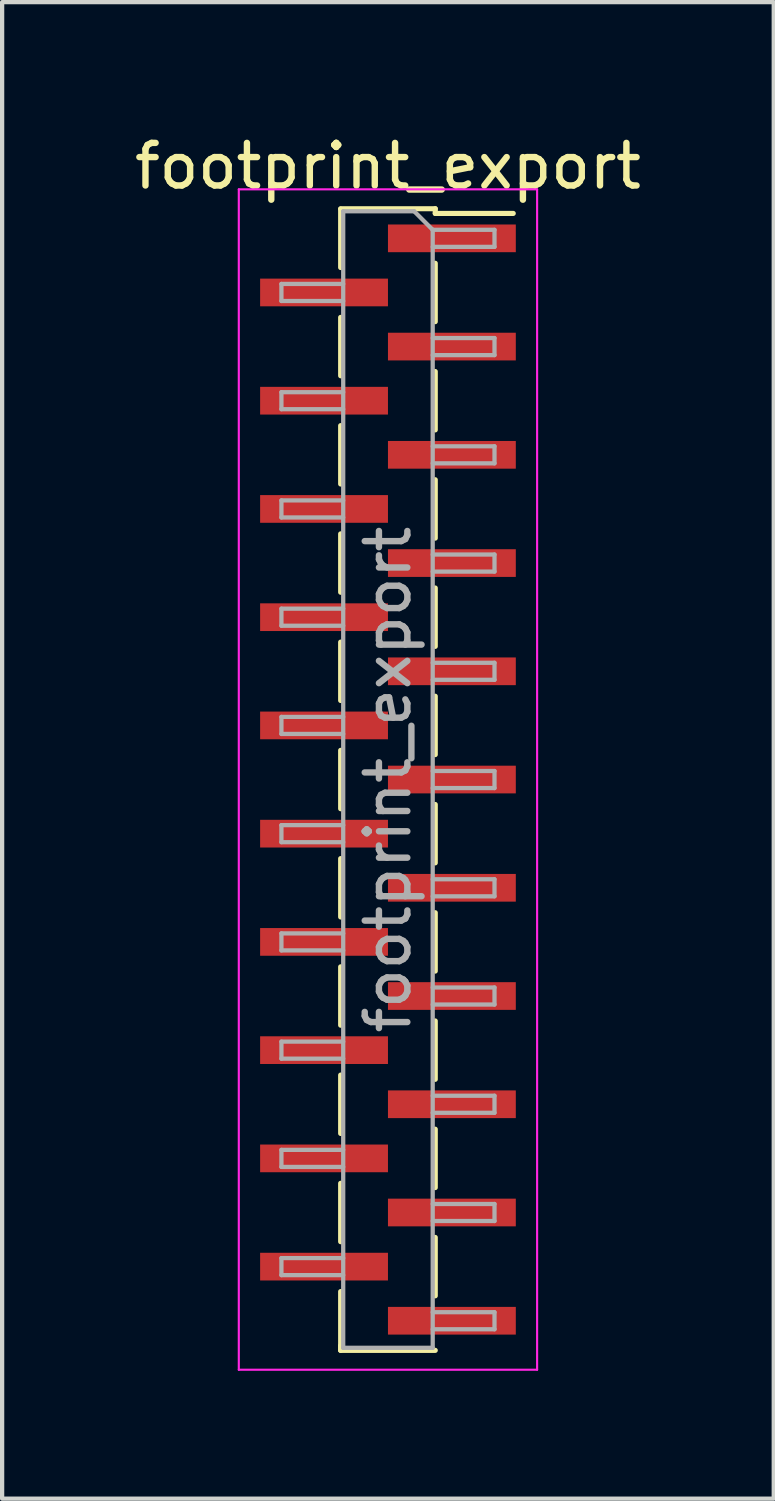
<source format=kicad_pcb>
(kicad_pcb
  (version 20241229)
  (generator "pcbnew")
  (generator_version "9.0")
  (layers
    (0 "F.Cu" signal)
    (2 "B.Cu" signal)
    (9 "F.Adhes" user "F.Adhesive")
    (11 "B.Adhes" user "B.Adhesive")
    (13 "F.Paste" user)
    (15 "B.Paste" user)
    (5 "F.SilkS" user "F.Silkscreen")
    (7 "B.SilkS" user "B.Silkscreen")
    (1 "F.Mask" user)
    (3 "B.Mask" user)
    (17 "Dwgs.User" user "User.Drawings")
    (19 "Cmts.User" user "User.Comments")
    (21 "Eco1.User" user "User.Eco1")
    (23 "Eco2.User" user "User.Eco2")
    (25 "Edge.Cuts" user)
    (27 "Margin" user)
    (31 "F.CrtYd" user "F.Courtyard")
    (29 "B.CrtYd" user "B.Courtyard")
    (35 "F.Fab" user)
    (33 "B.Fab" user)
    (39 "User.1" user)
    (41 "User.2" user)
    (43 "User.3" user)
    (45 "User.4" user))
  (footprint "footprint_export"
    (layer "F.Cu")
    (at 6.054 15.243)
    (property "Reference" "footprint_export" (at 0 -14.395 0) (layer "F.SilkS") (effects (font (size 1 1) (thickness 0.15))))
    (attr smd)
    (fp_line (start -1.11 -13.395) (end 1.11 -13.395) (stroke (width 0.12) (type solid)) (layer "F.SilkS"))
    (fp_line (start -1.11 -13.385) (end -1.11 -12.015) (stroke (width 0.12) (type solid)) (layer "F.SilkS"))
    (fp_line (start -1.11 -10.845) (end -1.11 -9.475) (stroke (width 0.12) (type solid)) (layer "F.SilkS"))
    (fp_line (start -1.11 -8.305) (end -1.11 -6.935) (stroke (width 0.12) (type solid)) (layer "F.SilkS"))
    (fp_line (start -1.11 -5.765) (end -1.11 -4.395) (stroke (width 0.12) (type solid)) (layer "F.SilkS"))
    (fp_line (start -1.11 -3.225) (end -1.11 -1.855) (stroke (width 0.12) (type solid)) (layer "F.SilkS"))
    (fp_line (start -1.11 -0.685) (end -1.11 0.685) (stroke (width 0.12) (type solid)) (layer "F.SilkS"))
    (fp_line (start -1.11 1.855) (end -1.11 3.225) (stroke (width 0.12) (type solid)) (layer "F.SilkS"))
    (fp_line (start -1.11 4.395) (end -1.11 5.765) (stroke (width 0.12) (type solid)) (layer "F.SilkS"))
    (fp_line (start -1.11 6.935) (end -1.11 8.305) (stroke (width 0.12) (type solid)) (layer "F.SilkS"))
    (fp_line (start -1.11 9.475) (end -1.11 10.845) (stroke (width 0.12) (type solid)) (layer "F.SilkS"))
    (fp_line (start -1.11 12.015) (end -1.11 13.385) (stroke (width 0.12) (type solid)) (layer "F.SilkS"))
    (fp_line (start -1.11 13.285) (end -1.11 13.395) (stroke (width 0.12) (type solid)) (layer "F.SilkS"))
    (fp_line (start -1.11 13.395) (end 1.11 13.395) (stroke (width 0.12) (type solid)) (layer "F.SilkS"))
    (fp_line (start 1.11 -13.395) (end 1.11 -13.285) (stroke (width 0.12) (type solid)) (layer "F.SilkS"))
    (fp_line (start 1.11 -13.285) (end 2.94 -13.285) (stroke (width 0.12) (type solid)) (layer "F.SilkS"))
    (fp_line (start 1.11 -12.115) (end 1.11 -10.745) (stroke (width 0.12) (type solid)) (layer "F.SilkS"))
    (fp_line (start 1.11 -9.575) (end 1.11 -8.205) (stroke (width 0.12) (type solid)) (layer "F.SilkS"))
    (fp_line (start 1.11 -7.035) (end 1.11 -5.665) (stroke (width 0.12) (type solid)) (layer "F.SilkS"))
    (fp_line (start 1.11 -4.495) (end 1.11 -3.125) (stroke (width 0.12) (type solid)) (layer "F.SilkS"))
    (fp_line (start 1.11 -1.955) (end 1.11 -0.585) (stroke (width 0.12) (type solid)) (layer "F.SilkS"))
    (fp_line (start 1.11 0.585) (end 1.11 1.955) (stroke (width 0.12) (type solid)) (layer "F.SilkS"))
    (fp_line (start 1.11 3.125) (end 1.11 4.495) (stroke (width 0.12) (type solid)) (layer "F.SilkS"))
    (fp_line (start 1.11 5.665) (end 1.11 7.035) (stroke (width 0.12) (type solid)) (layer "F.SilkS"))
    (fp_line (start 1.11 8.205) (end 1.11 9.575) (stroke (width 0.12) (type solid)) (layer "F.SilkS"))
    (fp_line (start 1.11 10.745) (end 1.11 12.115) (stroke (width 0.12) (type solid)) (layer "F.SilkS"))
    (fp_line (start -3.5 -13.85) (end -3.5 13.85) (stroke (width 0.05) (type solid)) (layer "F.CrtYd"))
    (fp_line (start -3.5 13.85) (end 3.5 13.85) (stroke (width 0.05) (type solid)) (layer "F.CrtYd"))
    (fp_line (start 3.5 -13.85) (end -3.5 -13.85) (stroke (width 0.05) (type solid)) (layer "F.CrtYd"))
    (fp_line (start 3.5 13.85) (end 3.5 -13.85) (stroke (width 0.05) (type solid)) (layer "F.CrtYd"))
    (fp_line (start -2.5 -11.63) (end -2.5 -11.23) (stroke (width 0.1) (type solid)) (layer "F.Fab"))
    (fp_line (start -2.5 -11.23) (end -1.05 -11.23) (stroke (width 0.1) (type solid)) (layer "F.Fab"))
    (fp_line (start -2.5 -9.09) (end -2.5 -8.69) (stroke (width 0.1) (type solid)) (layer "F.Fab"))
    (fp_line (start -2.5 -8.69) (end -1.05 -8.69) (stroke (width 0.1) (type solid)) (layer "F.Fab"))
    (fp_line (start -2.5 -6.55) (end -2.5 -6.15) (stroke (width 0.1) (type solid)) (layer "F.Fab"))
    (fp_line (start -2.5 -6.15) (end -1.05 -6.15) (stroke (width 0.1) (type solid)) (layer "F.Fab"))
    (fp_line (start -2.5 -4.01) (end -2.5 -3.61) (stroke (width 0.1) (type solid)) (layer "F.Fab"))
    (fp_line (start -2.5 -3.61) (end -1.05 -3.61) (stroke (width 0.1) (type solid)) (layer "F.Fab"))
    (fp_line (start -2.5 -1.47) (end -2.5 -1.07) (stroke (width 0.1) (type solid)) (layer "F.Fab"))
    (fp_line (start -2.5 -1.07) (end -1.05 -1.07) (stroke (width 0.1) (type solid)) (layer "F.Fab"))
    (fp_line (start -2.5 1.07) (end -2.5 1.47) (stroke (width 0.1) (type solid)) (layer "F.Fab"))
    (fp_line (start -2.5 1.47) (end -1.05 1.47) (stroke (width 0.1) (type solid)) (layer "F.Fab"))
    (fp_line (start -2.5 3.61) (end -2.5 4.01) (stroke (width 0.1) (type solid)) (layer "F.Fab"))
    (fp_line (start -2.5 4.01) (end -1.05 4.01) (stroke (width 0.1) (type solid)) (layer "F.Fab"))
    (fp_line (start -2.5 6.15) (end -2.5 6.55) (stroke (width 0.1) (type solid)) (layer "F.Fab"))
    (fp_line (start -2.5 6.55) (end -1.05 6.55) (stroke (width 0.1) (type solid)) (layer "F.Fab"))
    (fp_line (start -2.5 8.69) (end -2.5 9.09) (stroke (width 0.1) (type solid)) (layer "F.Fab"))
    (fp_line (start -2.5 9.09) (end -1.05 9.09) (stroke (width 0.1) (type solid)) (layer "F.Fab"))
    (fp_line (start -2.5 11.23) (end -2.5 11.63) (stroke (width 0.1) (type solid)) (layer "F.Fab"))
    (fp_line (start -2.5 11.63) (end -1.05 11.63) (stroke (width 0.1) (type solid)) (layer "F.Fab"))
    (fp_line (start -1.05 -13.335) (end -1.05 13.335) (stroke (width 0.1) (type solid)) (layer "F.Fab"))
    (fp_line (start -1.05 -13.335) (end 0.615 -13.335) (stroke (width 0.1) (type solid)) (layer "F.Fab"))
    (fp_line (start -1.05 -11.63) (end -2.5 -11.63) (stroke (width 0.1) (type solid)) (layer "F.Fab"))
    (fp_line (start -1.05 -9.09) (end -2.5 -9.09) (stroke (width 0.1) (type solid)) (layer "F.Fab"))
    (fp_line (start -1.05 -6.55) (end -2.5 -6.55) (stroke (width 0.1) (type solid)) (layer "F.Fab"))
    (fp_line (start -1.05 -4.01) (end -2.5 -4.01) (stroke (width 0.1) (type solid)) (layer "F.Fab"))
    (fp_line (start -1.05 -1.47) (end -2.5 -1.47) (stroke (width 0.1) (type solid)) (layer "F.Fab"))
    (fp_line (start -1.05 1.07) (end -2.5 1.07) (stroke (width 0.1) (type solid)) (layer "F.Fab"))
    (fp_line (start -1.05 3.61) (end -2.5 3.61) (stroke (width 0.1) (type solid)) (layer "F.Fab"))
    (fp_line (start -1.05 6.15) (end -2.5 6.15) (stroke (width 0.1) (type solid)) (layer "F.Fab"))
    (fp_line (start -1.05 8.69) (end -2.5 8.69) (stroke (width 0.1) (type solid)) (layer "F.Fab"))
    (fp_line (start -1.05 11.23) (end -2.5 11.23) (stroke (width 0.1) (type solid)) (layer "F.Fab"))
    (fp_line (start 1.05 -12.9) (end 0.615 -13.335) (stroke (width 0.1) (type solid)) (layer "F.Fab"))
    (fp_line (start 1.05 -12.9) (end 2.5 -12.9) (stroke (width 0.1) (type solid)) (layer "F.Fab"))
    (fp_line (start 1.05 -10.36) (end 2.5 -10.36) (stroke (width 0.1) (type solid)) (layer "F.Fab"))
    (fp_line (start 1.05 -7.82) (end 2.5 -7.82) (stroke (width 0.1) (type solid)) (layer "F.Fab"))
    (fp_line (start 1.05 -5.28) (end 2.5 -5.28) (stroke (width 0.1) (type solid)) (layer "F.Fab"))
    (fp_line (start 1.05 -2.74) (end 2.5 -2.74) (stroke (width 0.1) (type solid)) (layer "F.Fab"))
    (fp_line (start 1.05 -0.2) (end 2.5 -0.2) (stroke (width 0.1) (type solid)) (layer "F.Fab"))
    (fp_line (start 1.05 2.34) (end 2.5 2.34) (stroke (width 0.1) (type solid)) (layer "F.Fab"))
    (fp_line (start 1.05 4.88) (end 2.5 4.88) (stroke (width 0.1) (type solid)) (layer "F.Fab"))
    (fp_line (start 1.05 7.42) (end 2.5 7.42) (stroke (width 0.1) (type solid)) (layer "F.Fab"))
    (fp_line (start 1.05 9.96) (end 2.5 9.96) (stroke (width 0.1) (type solid)) (layer "F.Fab"))
    (fp_line (start 1.05 12.5) (end 2.5 12.5) (stroke (width 0.1) (type solid)) (layer "F.Fab"))
    (fp_line (start 1.05 13.335) (end -1.05 13.335) (stroke (width 0.1) (type solid)) (layer "F.Fab"))
    (fp_line (start 1.05 13.335) (end 1.05 -12.9) (stroke (width 0.1) (type solid)) (layer "F.Fab"))
    (fp_line (start 2.5 -12.9) (end 2.5 -12.5) (stroke (width 0.1) (type solid)) (layer "F.Fab"))
    (fp_line (start 2.5 -12.5) (end 1.05 -12.5) (stroke (width 0.1) (type solid)) (layer "F.Fab"))
    (fp_line (start 2.5 -10.36) (end 2.5 -9.96) (stroke (width 0.1) (type solid)) (layer "F.Fab"))
    (fp_line (start 2.5 -9.96) (end 1.05 -9.96) (stroke (width 0.1) (type solid)) (layer "F.Fab"))
    (fp_line (start 2.5 -7.82) (end 2.5 -7.42) (stroke (width 0.1) (type solid)) (layer "F.Fab"))
    (fp_line (start 2.5 -7.42) (end 1.05 -7.42) (stroke (width 0.1) (type solid)) (layer "F.Fab"))
    (fp_line (start 2.5 -5.28) (end 2.5 -4.88) (stroke (width 0.1) (type solid)) (layer "F.Fab"))
    (fp_line (start 2.5 -4.88) (end 1.05 -4.88) (stroke (width 0.1) (type solid)) (layer "F.Fab"))
    (fp_line (start 2.5 -2.74) (end 2.5 -2.34) (stroke (width 0.1) (type solid)) (layer "F.Fab"))
    (fp_line (start 2.5 -2.34) (end 1.05 -2.34) (stroke (width 0.1) (type solid)) (layer "F.Fab"))
    (fp_line (start 2.5 -0.2) (end 2.5 0.2) (stroke (width 0.1) (type solid)) (layer "F.Fab"))
    (fp_line (start 2.5 0.2) (end 1.05 0.2) (stroke (width 0.1) (type solid)) (layer "F.Fab"))
    (fp_line (start 2.5 2.34) (end 2.5 2.74) (stroke (width 0.1) (type solid)) (layer "F.Fab"))
    (fp_line (start 2.5 2.74) (end 1.05 2.74) (stroke (width 0.1) (type solid)) (layer "F.Fab"))
    (fp_line (start 2.5 4.88) (end 2.5 5.28) (stroke (width 0.1) (type solid)) (layer "F.Fab"))
    (fp_line (start 2.5 5.28) (end 1.05 5.28) (stroke (width 0.1) (type solid)) (layer "F.Fab"))
    (fp_line (start 2.5 7.42) (end 2.5 7.82) (stroke (width 0.1) (type solid)) (layer "F.Fab"))
    (fp_line (start 2.5 7.82) (end 1.05 7.82) (stroke (width 0.1) (type solid)) (layer "F.Fab"))
    (fp_line (start 2.5 9.96) (end 2.5 10.36) (stroke (width 0.1) (type solid)) (layer "F.Fab"))
    (fp_line (start 2.5 10.36) (end 1.05 10.36) (stroke (width 0.1) (type solid)) (layer "F.Fab"))
    (fp_line (start 2.5 12.5) (end 2.5 12.9) (stroke (width 0.1) (type solid)) (layer "F.Fab"))
    (fp_line (start 2.5 12.9) (end 1.05 12.9) (stroke (width 0.1) (type solid)) (layer "F.Fab"))
    (fp_text user "${REFERENCE}" (at 0 0 90) (layer "F.Fab") (effects (font (size 1 1) (thickness 0.15))))
    (pad "1" smd rect (at 1.5 -12.7) (size 3 0.65) (layers "F.Cu" "F.Mask" "F.Paste"))
    (pad "2" smd rect (at -1.5 -11.43) (size 3 0.65) (layers "F.Cu" "F.Mask" "F.Paste"))
    (pad "3" smd rect (at 1.5 -10.16) (size 3 0.65) (layers "F.Cu" "F.Mask" "F.Paste"))
    (pad "4" smd rect (at -1.5 -8.89) (size 3 0.65) (layers "F.Cu" "F.Mask" "F.Paste"))
    (pad "5" smd rect (at 1.5 -7.62) (size 3 0.65) (layers "F.Cu" "F.Mask" "F.Paste"))
    (pad "6" smd rect (at -1.5 -6.35) (size 3 0.65) (layers "F.Cu" "F.Mask" "F.Paste"))
    (pad "7" smd rect (at 1.5 -5.08) (size 3 0.65) (layers "F.Cu" "F.Mask" "F.Paste"))
    (pad "8" smd rect (at -1.5 -3.81) (size 3 0.65) (layers "F.Cu" "F.Mask" "F.Paste"))
    (pad "9" smd rect (at 1.5 -2.54) (size 3 0.65) (layers "F.Cu" "F.Mask" "F.Paste"))
    (pad "10" smd rect (at -1.5 -1.27) (size 3 0.65) (layers "F.Cu" "F.Mask" "F.Paste"))
    (pad "11" smd rect (at 1.5 0) (size 3 0.65) (layers "F.Cu" "F.Mask" "F.Paste"))
    (pad "12" smd rect (at -1.5 1.27) (size 3 0.65) (layers "F.Cu" "F.Mask" "F.Paste"))
    (pad "13" smd rect (at 1.5 2.54) (size 3 0.65) (layers "F.Cu" "F.Mask" "F.Paste"))
    (pad "14" smd rect (at -1.5 3.81) (size 3 0.65) (layers "F.Cu" "F.Mask" "F.Paste"))
    (pad "15" smd rect (at 1.5 5.08) (size 3 0.65) (layers "F.Cu" "F.Mask" "F.Paste"))
    (pad "16" smd rect (at -1.5 6.35) (size 3 0.65) (layers "F.Cu" "F.Mask" "F.Paste"))
    (pad "17" smd rect (at 1.5 7.62) (size 3 0.65) (layers "F.Cu" "F.Mask" "F.Paste"))
    (pad "18" smd rect (at -1.5 8.89) (size 3 0.65) (layers "F.Cu" "F.Mask" "F.Paste"))
    (pad "19" smd rect (at 1.5 10.16) (size 3 0.65) (layers "F.Cu" "F.Mask" "F.Paste"))
    (pad "20" smd rect (at -1.5 11.43) (size 3 0.65) (layers "F.Cu" "F.Mask" "F.Paste"))
    (pad "21" smd rect (at 1.5 12.7) (size 3 0.65) (layers "F.Cu" "F.Mask" "F.Paste")))
  (gr_rect
    (start -3 -3)
    (end 15.107 32.118)
    (stroke (width 0.1) (type default))
    (fill no)
    (layer "Edge.Cuts")))
</source>
